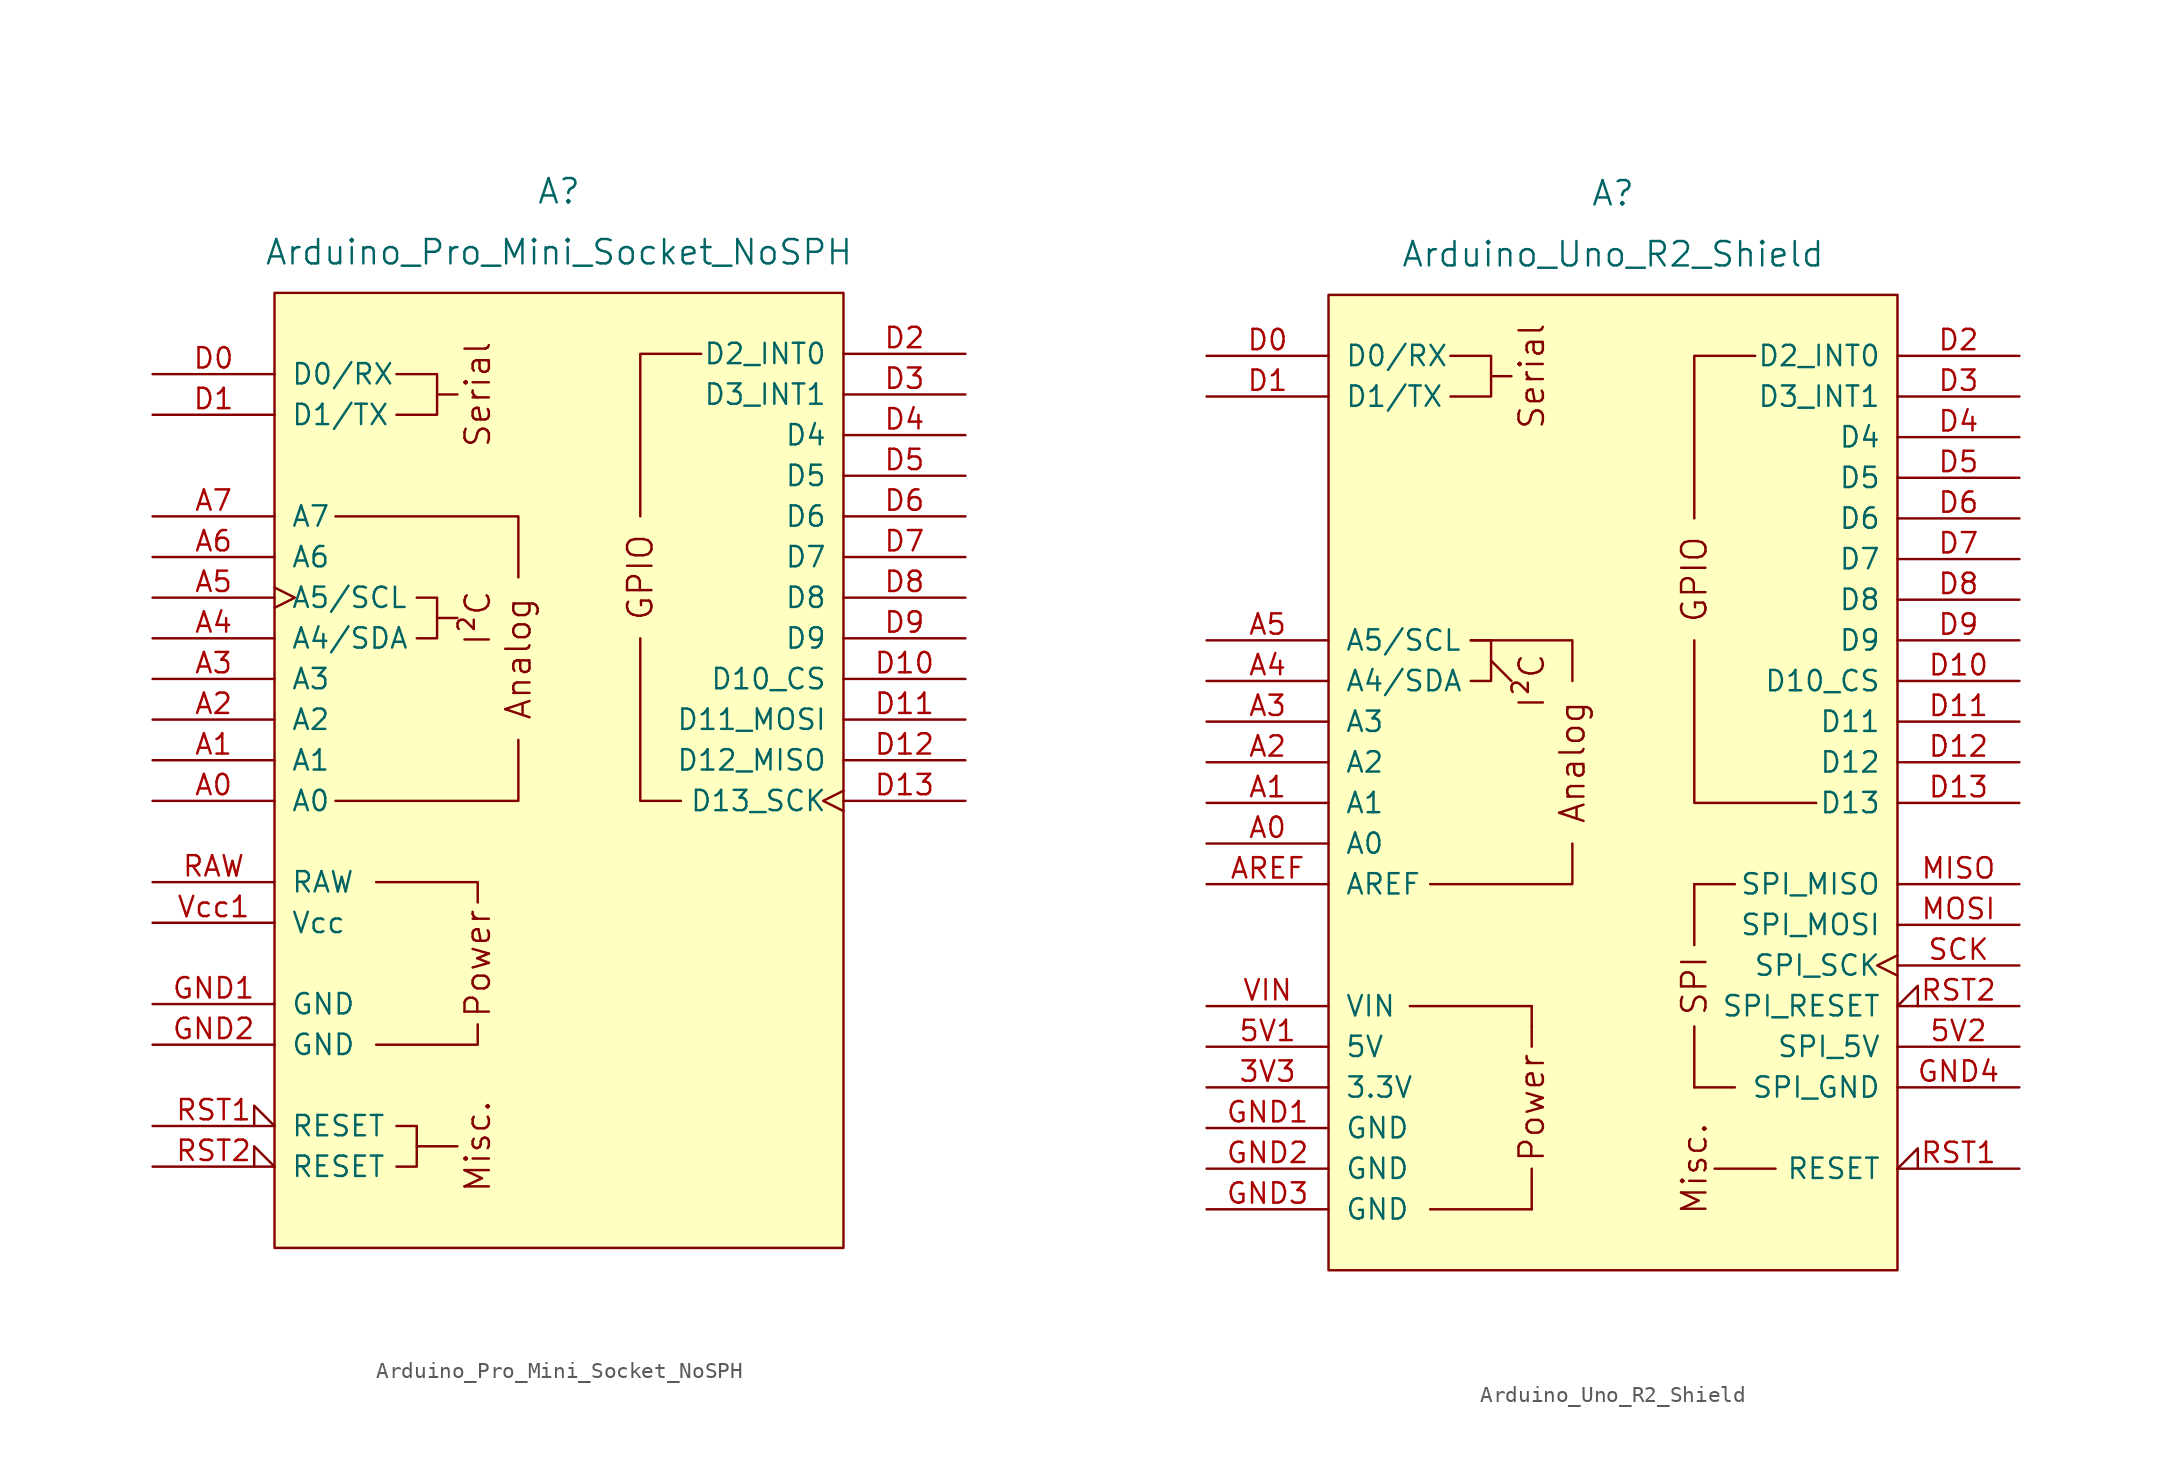
<source format=kicad_sym>
(kicad_symbol_lib
  (version 20211014)
  (generator kicad_symbol_editor)
  (symbol "Arduino_Pro_Mini_Socket_NoSPH"
    (pin_names
      (offset 1.016))
    (property "Reference" "A"
      (at 0 36.83 0)
      (effects (font (size 1.524 1.524))))
    (property "Value" "Arduino_Pro_Mini_Socket_NoSPH"
      (at 0 33.02 0)
      (effects (font (size 1.524 1.524))))
    (symbol "Arduino_Pro_Mini_Socket_NoSPH_0_0"
      (rectangle (start -17.78 30.48) (end 17.78 -29.21) (stroke (width 0) (type default) (color 0 0 0 0)) (fill (type background)))
      (polyline (pts (xy -7.62 10.16) (xy -6.35 10.16)) (stroke (width 0) (type default) (color 0 0 0 0)) (fill (type none)))
      (polyline (pts (xy -7.62 24.13) (xy -6.35 24.13)) (stroke (width 0) (type default) (color 0 0 0 0)) (fill (type none)))
      (polyline (pts (xy -6.35 -22.86) (xy -8.89 -22.86)) (stroke (width 0) (type default) (color 0 0 0 0)) (fill (type none)))
      (polyline (pts (xy -11.43 -16.51) (xy -5.08 -16.51) (xy -5.08 -15.24)) (stroke (width 0) (type default) (color 0 0 0 0)) (fill (type none)))
      (polyline (pts (xy -5.08 -7.62) (xy -5.08 -6.35) (xy -11.43 -6.35)) (stroke (width 0) (type default) (color 0 0 0 0)) (fill (type none)))
      (polyline (pts (xy -2.54 2.54) (xy -2.54 -1.27) (xy -13.97 -1.27)) (stroke (width 0) (type default) (color 0 0 0 0)) (fill (type none)))
      (polyline (pts (xy -2.54 12.7) (xy -2.54 16.51) (xy -13.97 16.51)) (stroke (width 0) (type default) (color 0 0 0 0)) (fill (type none)))
      (polyline (pts (xy -10.16 25.4) (xy -7.62 25.4) (xy -7.62 22.86) (xy -10.16 22.86)) (stroke (width 0) (type default) (color 0 0 0 0)) (fill (type none)))
      (polyline (pts (xy -8.89 11.43) (xy -7.62 11.43) (xy -7.62 8.89) (xy -8.89 8.89)) (stroke (width 0) (type default) (color 0 0 0 0)) (fill (type none)))
      (text "Analog" (at -2.54 7.62 900) (effects (font (size 1.524 1.524))))
      (text "I²C" (at -5.08 10.16 900) (effects (font (size 1.524 1.524))))
      (text "Misc." (at -5.08 -22.86 900) (effects (font (size 1.524 1.524))))
      (text "Power" (at -5.08 -11.43 900) (effects (font (size 1.524 1.524))))
      (text "Serial" (at -5.08 24.13 900) (effects (font (size 1.524 1.524)))))
    (symbol "Arduino_Pro_Mini_Socket_NoSPH_0_1"
      (polyline (pts (xy 7.62 -1.27) (xy 5.08 -1.27) (xy 5.08 8.89)) (stroke (width 0) (type default) (color 0 0 0 0)) (fill (type none)))
      (polyline (pts (xy 8.89 26.67) (xy 5.08 26.67) (xy 5.08 16.51)) (stroke (width 0) (type default) (color 0 0 0 0)) (fill (type none)))
      (polyline (pts (xy -10.16 -24.13) (xy -8.89 -24.13) (xy -8.89 -21.59) (xy -10.16 -21.59)) (stroke (width 0) (type default) (color 0 0 0 0)) (fill (type none))))
    (symbol "Arduino_Pro_Mini_Socket_NoSPH_1_0"
      (text "GPIO" (at 5.08 12.7 900) (effects (font (size 1.524 1.524)))))
    (symbol "Arduino_Pro_Mini_Socket_NoSPH_1_1"
      (pin bidirectional line (at -25.4 -1.27 0) (length 7.62) (name "A0" (effects (font (size 1.27 1.27)))) (number "A0" (effects (font (size 1.27 1.27)))))
      (pin bidirectional line (at -25.4 1.27 0) (length 7.62) (name "A1" (effects (font (size 1.27 1.27)))) (number "A1" (effects (font (size 1.27 1.27)))))
      (pin bidirectional line (at -25.4 3.81 0) (length 7.62) (name "A2" (effects (font (size 1.27 1.27)))) (number "A2" (effects (font (size 1.27 1.27)))))
      (pin bidirectional line (at -25.4 6.35 0) (length 7.62) (name "A3" (effects (font (size 1.27 1.27)))) (number "A3" (effects (font (size 1.27 1.27)))))
      (pin bidirectional line (at -25.4 8.89 0) (length 7.62) (name "A4/SDA" (effects (font (size 1.27 1.27)))) (number "A4" (effects (font (size 1.27 1.27)))))
      (pin bidirectional clock (at -25.4 11.43 0) (length 7.62) (name "A5/SCL" (effects (font (size 1.27 1.27)))) (number "A5" (effects (font (size 1.27 1.27)))))
      (pin input line (at -25.4 13.97 0) (length 7.62) (name "A6" (effects (font (size 1.27 1.27)))) (number "A6" (effects (font (size 1.27 1.27)))))
      (pin input line (at -25.4 16.51 0) (length 7.62) (name "A7" (effects (font (size 1.27 1.27)))) (number "A7" (effects (font (size 1.27 1.27)))))
      (pin bidirectional line (at -25.4 25.4 0) (length 7.62) (name "D0/RX" (effects (font (size 1.27 1.27)))) (number "D0" (effects (font (size 1.27 1.27)))))
      (pin bidirectional line (at -25.4 22.86 0) (length 7.62) (name "D1/TX" (effects (font (size 1.27 1.27)))) (number "D1" (effects (font (size 1.27 1.27)))))
      (pin bidirectional line (at 25.4 6.35 180) (length 7.62) (name "D10_CS" (effects (font (size 1.27 1.27)))) (number "D10" (effects (font (size 1.27 1.27)))))
      (pin bidirectional line (at 25.4 3.81 180) (length 7.62) (name "D11_MOSI" (effects (font (size 1.27 1.27)))) (number "D11" (effects (font (size 1.27 1.27)))))
      (pin bidirectional line (at 25.4 1.27 180) (length 7.62) (name "D12_MISO" (effects (font (size 1.27 1.27)))) (number "D12" (effects (font (size 1.27 1.27)))))
      (pin bidirectional clock (at 25.4 -1.27 180) (length 7.62) (name "D13_SCK" (effects (font (size 1.27 1.27)))) (number "D13" (effects (font (size 1.27 1.27)))))
      (pin bidirectional line (at 25.4 26.67 180) (length 7.62) (name "D2_INT0" (effects (font (size 1.27 1.27)))) (number "D2" (effects (font (size 1.27 1.27)))))
      (pin bidirectional line (at 25.4 24.13 180) (length 7.62) (name "D3_INT1" (effects (font (size 1.27 1.27)))) (number "D3" (effects (font (size 1.27 1.27)))))
      (pin bidirectional line (at 25.4 21.59 180) (length 7.62) (name "D4" (effects (font (size 1.27 1.27)))) (number "D4" (effects (font (size 1.27 1.27)))))
      (pin bidirectional line (at 25.4 19.05 180) (length 7.62) (name "D5" (effects (font (size 1.27 1.27)))) (number "D5" (effects (font (size 1.27 1.27)))))
      (pin bidirectional line (at 25.4 16.51 180) (length 7.62) (name "D6" (effects (font (size 1.27 1.27)))) (number "D6" (effects (font (size 1.27 1.27)))))
      (pin bidirectional line (at 25.4 13.97 180) (length 7.62) (name "D7" (effects (font (size 1.27 1.27)))) (number "D7" (effects (font (size 1.27 1.27)))))
      (pin bidirectional line (at 25.4 11.43 180) (length 7.62) (name "D8" (effects (font (size 1.27 1.27)))) (number "D8" (effects (font (size 1.27 1.27)))))
      (pin bidirectional line (at 25.4 8.89 180) (length 7.62) (name "D9" (effects (font (size 1.27 1.27)))) (number "D9" (effects (font (size 1.27 1.27)))))
      (pin power_in line (at -25.4 -13.97 0) (length 7.62) (name "GND" (effects (font (size 1.27 1.27)))) (number "GND1" (effects (font (size 1.27 1.27)))))
      (pin power_in line (at -25.4 -16.51 0) (length 7.62) (name "GND" (effects (font (size 1.27 1.27)))) (number "GND2" (effects (font (size 1.27 1.27)))))
      (pin power_in line (at -25.4 -6.35 0) (length 7.62) (name "RAW" (effects (font (size 1.27 1.27)))) (number "RAW" (effects (font (size 1.27 1.27)))))
      (pin open_collector input_low (at -25.4 -21.59 0) (length 7.62) (name "RESET" (effects (font (size 1.27 1.27)))) (number "RST1" (effects (font (size 1.27 1.27)))))
      (pin open_collector input_low (at -25.4 -24.13 0) (length 7.62) (name "RESET" (effects (font (size 1.27 1.27)))) (number "RST2" (effects (font (size 1.27 1.27)))))
      (pin power_in line (at -25.4 -8.89 0) (length 7.62) (name "Vcc" (effects (font (size 1.27 1.27)))) (number "Vcc1" (effects (font (size 1.27 1.27)))))))
  (symbol "Arduino_Uno_R2_Shield"
    (pin_names
      (offset 1.016))
    (property "Reference" "A"
      (at 0 36.83 0)
      (effects (font (size 1.524 1.524))))
    (property "Value" "Arduino_Uno_R2_Shield"
      (at 0 33.02 0)
      (effects (font (size 1.524 1.524))))
    (symbol "Arduino_Uno_R2_Shield_0_0"
      (rectangle (start -17.78 30.48) (end 17.78 -30.48) (stroke (width 0) (type default) (color 0 0 0 0)) (fill (type background)))
      (rectangle (start -12.7 -13.97) (end -5.08 -13.97) (stroke (width 0) (type default) (color 0 0 0 0)) (fill (type none)))
      (rectangle (start -11.43 -26.67) (end -5.08 -26.67) (stroke (width 0) (type default) (color 0 0 0 0)) (fill (type none)))
      (polyline (pts (xy -7.62 7.62) (xy -6.35 6.35)) (stroke (width 0) (type default) (color 0 0 0 0)) (fill (type none)))
      (polyline (pts (xy -7.62 25.4) (xy -6.35 25.4)) (stroke (width 0) (type default) (color 0 0 0 0)) (fill (type none)))
      (polyline (pts (xy -5.08 -26.67) (xy -5.08 -24.13)) (stroke (width 0) (type default) (color 0 0 0 0)) (fill (type none)))
      (polyline (pts (xy -5.08 -15.24) (xy -5.08 -16.51)) (stroke (width 0) (type default) (color 0 0 0 0)) (fill (type none)))
      (polyline (pts (xy -5.08 -13.97) (xy -5.08 -15.24)) (stroke (width 0) (type default) (color 0 0 0 0)) (fill (type none)))
      (polyline (pts (xy -2.54 -3.81) (xy -2.54 -6.35) (xy -11.43 -6.35)) (stroke (width 0) (type default) (color 0 0 0 0)) (fill (type none)))
      (polyline (pts (xy -2.54 6.35) (xy -2.54 8.89) (xy -8.89 8.89)) (stroke (width 0) (type default) (color 0 0 0 0)) (fill (type none)))
      (polyline (pts (xy 5.08 8.89) (xy 5.08 -1.27) (xy 12.7 -1.27)) (stroke (width 0) (type default) (color 0 0 0 0)) (fill (type none)))
      (polyline (pts (xy 5.08 16.51) (xy 5.08 26.67) (xy 8.89 26.67)) (stroke (width 0) (type default) (color 0 0 0 0)) (fill (type none)))
      (polyline (pts (xy -10.16 26.67) (xy -7.62 26.67) (xy -7.62 24.13) (xy -10.16 24.13)) (stroke (width 0) (type default) (color 0 0 0 0)) (fill (type none)))
      (polyline (pts (xy -8.89 8.89) (xy -7.62 8.89) (xy -7.62 6.35) (xy -8.89 6.35)) (stroke (width 0) (type default) (color 0 0 0 0)) (fill (type none)))
      (rectangle (start 5.08 -19.05) (end 5.08 -15.24) (stroke (width 0) (type default) (color 0 0 0 0)) (fill (type none)))
      (rectangle (start 5.08 -19.05) (end 7.62 -19.05) (stroke (width 0) (type default) (color 0 0 0 0)) (fill (type none)))
      (rectangle (start 5.08 -10.16) (end 5.08 -6.35) (stroke (width 0) (type default) (color 0 0 0 0)) (fill (type none)))
      (rectangle (start 6.35 -24.13) (end 10.16 -24.13) (stroke (width 0) (type default) (color 0 0 0 0)) (fill (type none)))
      (rectangle (start 7.62 -6.35) (end 5.08 -6.35) (stroke (width 0) (type default) (color 0 0 0 0)) (fill (type none)))
      (text "Analog" (at -2.54 1.27 900) (effects (font (size 1.524 1.524))))
      (text "I²C" (at -5.08 6.35 900) (effects (font (size 1.524 1.524))))
      (text "Misc." (at 5.08 -24.13 900) (effects (font (size 1.524 1.524))))
      (text "Power" (at -5.08 -20.32 900) (effects (font (size 1.524 1.524))))
      (text "Serial" (at -5.08 25.4 900) (effects (font (size 1.524 1.524))))
      (text "SPI" (at 5.08 -12.7 900) (effects (font (size 1.524 1.524)))))
    (symbol "Arduino_Uno_R2_Shield_1_0"
      (text "GPIO" (at 5.08 12.7 900) (effects (font (size 1.524 1.524)))))
    (symbol "Arduino_Uno_R2_Shield_1_1"
      (pin power_out line (at -25.4 -19.05 0) (length 7.62) (name "3.3V" (effects (font (size 1.27 1.27)))) (number "3V3" (effects (font (size 1.27 1.27)))))
      (pin power_in line (at -25.4 -16.51 0) (length 7.62) (name "5V" (effects (font (size 1.27 1.27)))) (number "5V1" (effects (font (size 1.27 1.27)))))
      (pin power_in line (at 25.4 -16.51 180) (length 7.62) (name "SPI_5V" (effects (font (size 1.27 1.27)))) (number "5V2" (effects (font (size 1.27 1.27)))))
      (pin bidirectional line (at -25.4 -3.81 0) (length 7.62) (name "A0" (effects (font (size 1.27 1.27)))) (number "A0" (effects (font (size 1.27 1.27)))))
      (pin bidirectional line (at -25.4 -1.27 0) (length 7.62) (name "A1" (effects (font (size 1.27 1.27)))) (number "A1" (effects (font (size 1.27 1.27)))))
      (pin bidirectional line (at -25.4 1.27 0) (length 7.62) (name "A2" (effects (font (size 1.27 1.27)))) (number "A2" (effects (font (size 1.27 1.27)))))
      (pin bidirectional line (at -25.4 3.81 0) (length 7.62) (name "A3" (effects (font (size 1.27 1.27)))) (number "A3" (effects (font (size 1.27 1.27)))))
      (pin bidirectional line (at -25.4 6.35 0) (length 7.62) (name "A4/SDA" (effects (font (size 1.27 1.27)))) (number "A4" (effects (font (size 1.27 1.27)))))
      (pin bidirectional line (at -25.4 8.89 0) (length 7.62) (name "A5/SCL" (effects (font (size 1.27 1.27)))) (number "A5" (effects (font (size 1.27 1.27)))))
      (pin input line (at -25.4 -6.35 0) (length 7.62) (name "AREF" (effects (font (size 1.27 1.27)))) (number "AREF" (effects (font (size 1.27 1.27)))))
      (pin bidirectional line (at -25.4 26.67 0) (length 7.62) (name "D0/RX" (effects (font (size 1.27 1.27)))) (number "D0" (effects (font (size 1.27 1.27)))))
      (pin bidirectional line (at -25.4 24.13 0) (length 7.62) (name "D1/TX" (effects (font (size 1.27 1.27)))) (number "D1" (effects (font (size 1.27 1.27)))))
      (pin bidirectional line (at 25.4 6.35 180) (length 7.62) (name "D10_CS" (effects (font (size 1.27 1.27)))) (number "D10" (effects (font (size 1.27 1.27)))))
      (pin bidirectional line (at 25.4 3.81 180) (length 7.62) (name "D11" (effects (font (size 1.27 1.27)))) (number "D11" (effects (font (size 1.27 1.27)))))
      (pin bidirectional line (at 25.4 1.27 180) (length 7.62) (name "D12" (effects (font (size 1.27 1.27)))) (number "D12" (effects (font (size 1.27 1.27)))))
      (pin bidirectional line (at 25.4 -1.27 180) (length 7.62) (name "D13" (effects (font (size 1.27 1.27)))) (number "D13" (effects (font (size 1.27 1.27)))))
      (pin bidirectional line (at 25.4 26.67 180) (length 7.62) (name "D2_INT0" (effects (font (size 1.27 1.27)))) (number "D2" (effects (font (size 1.27 1.27)))))
      (pin bidirectional line (at 25.4 24.13 180) (length 7.62) (name "D3_INT1" (effects (font (size 1.27 1.27)))) (number "D3" (effects (font (size 1.27 1.27)))))
      (pin bidirectional line (at 25.4 21.59 180) (length 7.62) (name "D4" (effects (font (size 1.27 1.27)))) (number "D4" (effects (font (size 1.27 1.27)))))
      (pin bidirectional line (at 25.4 19.05 180) (length 7.62) (name "D5" (effects (font (size 1.27 1.27)))) (number "D5" (effects (font (size 1.27 1.27)))))
      (pin bidirectional line (at 25.4 16.51 180) (length 7.62) (name "D6" (effects (font (size 1.27 1.27)))) (number "D6" (effects (font (size 1.27 1.27)))))
      (pin bidirectional line (at 25.4 13.97 180) (length 7.62) (name "D7" (effects (font (size 1.27 1.27)))) (number "D7" (effects (font (size 1.27 1.27)))))
      (pin bidirectional line (at 25.4 11.43 180) (length 7.62) (name "D8" (effects (font (size 1.27 1.27)))) (number "D8" (effects (font (size 1.27 1.27)))))
      (pin bidirectional line (at 25.4 8.89 180) (length 7.62) (name "D9" (effects (font (size 1.27 1.27)))) (number "D9" (effects (font (size 1.27 1.27)))))
      (pin power_in line (at -25.4 -21.59 0) (length 7.62) (name "GND" (effects (font (size 1.27 1.27)))) (number "GND1" (effects (font (size 1.27 1.27)))))
      (pin power_in line (at -25.4 -24.13 0) (length 7.62) (name "GND" (effects (font (size 1.27 1.27)))) (number "GND2" (effects (font (size 1.27 1.27)))))
      (pin power_in line (at -25.4 -26.67 0) (length 7.62) (name "GND" (effects (font (size 1.27 1.27)))) (number "GND3" (effects (font (size 1.27 1.27)))))
      (pin power_in line (at 25.4 -19.05 180) (length 7.62) (name "SPI_GND" (effects (font (size 1.27 1.27)))) (number "GND4" (effects (font (size 1.27 1.27)))))
      (pin input line (at 25.4 -6.35 180) (length 7.62) (name "SPI_MISO" (effects (font (size 1.27 1.27)))) (number "MISO" (effects (font (size 1.27 1.27)))))
      (pin output line (at 25.4 -8.89 180) (length 7.62) (name "SPI_MOSI" (effects (font (size 1.27 1.27)))) (number "MOSI" (effects (font (size 1.27 1.27)))))
      (pin open_collector input_low (at 25.4 -24.13 180) (length 7.62) (name "RESET" (effects (font (size 1.27 1.27)))) (number "RST1" (effects (font (size 1.27 1.27)))))
      (pin open_collector input_low (at 25.4 -13.97 180) (length 7.62) (name "SPI_RESET" (effects (font (size 1.27 1.27)))) (number "RST2" (effects (font (size 1.27 1.27)))))
      (pin output clock (at 25.4 -11.43 180) (length 7.62) (name "SPI_SCK" (effects (font (size 1.27 1.27)))) (number "SCK" (effects (font (size 1.27 1.27)))))
      (pin power_in line (at -25.4 -13.97 0) (length 7.62) (name "VIN" (effects (font (size 1.27 1.27)))) (number "VIN" (effects (font (size 1.27 1.27))))))))
</source>
